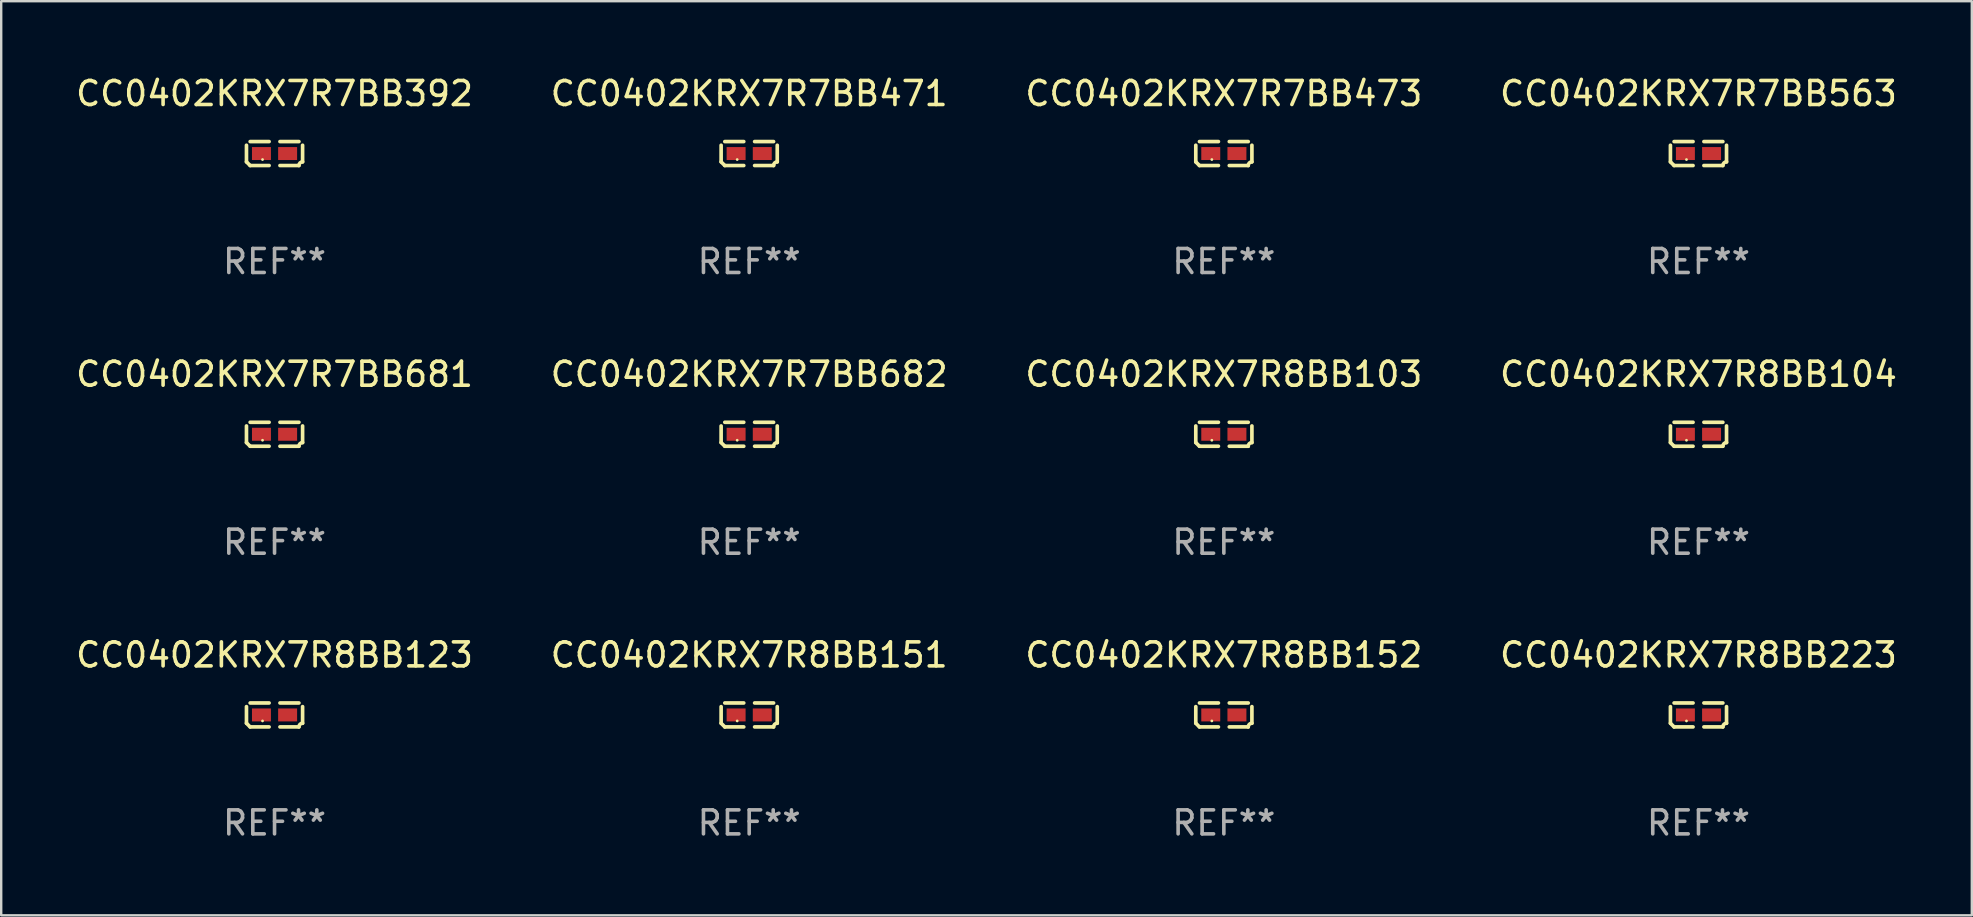
<source format=kicad_pcb>
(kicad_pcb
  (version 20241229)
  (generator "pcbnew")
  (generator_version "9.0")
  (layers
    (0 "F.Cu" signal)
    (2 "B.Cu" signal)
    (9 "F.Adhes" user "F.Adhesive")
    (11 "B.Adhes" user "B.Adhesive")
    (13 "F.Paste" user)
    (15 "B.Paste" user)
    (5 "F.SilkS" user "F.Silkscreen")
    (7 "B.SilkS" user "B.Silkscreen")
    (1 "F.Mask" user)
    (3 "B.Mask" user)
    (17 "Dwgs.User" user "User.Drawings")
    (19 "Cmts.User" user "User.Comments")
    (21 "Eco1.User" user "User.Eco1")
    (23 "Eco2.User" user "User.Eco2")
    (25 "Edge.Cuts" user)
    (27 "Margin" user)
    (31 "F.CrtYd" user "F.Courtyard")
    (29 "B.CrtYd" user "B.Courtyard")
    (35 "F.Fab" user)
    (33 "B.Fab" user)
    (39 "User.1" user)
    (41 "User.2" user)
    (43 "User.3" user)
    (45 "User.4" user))
  (footprint "CC0402KRX7R8BB104"
    (layer "F.Cu")
    (at 67.708 15.041)
    (property "Reference" "CC0402KRX7R8BB104" (at 0 -2.499 0) (layer "F.SilkS") (effects (font (size 1 1) (thickness 0.15))))
    (attr through_hole)
    (fp_line (start -1.169 0.346) (end -1.169 -0.346) (stroke (width 0.152) (type solid)) (layer "F.SilkS"))
    (fp_line (start -1.016 -0.499) (end -0.226 -0.499) (stroke (width 0.152) (type solid)) (layer "F.SilkS"))
    (fp_line (start -0.226 0.499) (end -1.016 0.499) (stroke (width 0.152) (type solid)) (layer "F.SilkS"))
    (fp_line (start 0.226 0.499) (end 1.016 0.499) (stroke (width 0.152) (type solid)) (layer "F.SilkS"))
    (fp_line (start 1.016 -0.499) (end 0.226 -0.499) (stroke (width 0.152) (type solid)) (layer "F.SilkS"))
    (fp_line (start 1.169 0.346) (end 1.169 -0.346) (stroke (width 0.152) (type solid)) (layer "F.SilkS"))
    (fp_arc (start -1.016307 0.498603) (mid -1.092512 0.422405) (end -1.16871 0.3462) (stroke (width 0.1524) (type solid)) (layer "F.SilkS"))
    (fp_arc (start 1.016307 0.498603) (mid 1.060899 0.390758) (end 1.168707 0.346076) (stroke (width 0.1524) (type solid)) (layer "F.SilkS"))
    (fp_circle (center -0.5 0.25) (end -0.47 0.25) (stroke (width 0.06) (type solid)) (fill no) (layer "F.SilkS"))
    (fp_text user "REF**" (at 0 4.499 0) (layer "F.Fab") (effects (font (size 1 1) (thickness 0.15))))
    (pad "1" smd rect (at -0.545 0) (size 0.79 0.54) (layers "F.Cu" "F.Mask" "F.Paste"))
    (pad "2" smd rect (at 0.545 0) (size 0.79 0.54) (layers "F.Cu" "F.Mask" "F.Paste")))
  (footprint "CC0402KRX7R8BB123"
    (layer "F.Cu")
    (at 8.387 26.734)
    (property "Reference" "CC0402KRX7R8BB123" (at 0 -2.499 0) (layer "F.SilkS") (effects (font (size 1 1) (thickness 0.15))))
    (attr through_hole)
    (fp_line (start -1.169 0.346) (end -1.169 -0.346) (stroke (width 0.152) (type solid)) (layer "F.SilkS"))
    (fp_line (start -1.016 -0.499) (end -0.226 -0.499) (stroke (width 0.152) (type solid)) (layer "F.SilkS"))
    (fp_line (start -0.226 0.499) (end -1.016 0.499) (stroke (width 0.152) (type solid)) (layer "F.SilkS"))
    (fp_line (start 0.226 0.499) (end 1.016 0.499) (stroke (width 0.152) (type solid)) (layer "F.SilkS"))
    (fp_line (start 1.016 -0.499) (end 0.226 -0.499) (stroke (width 0.152) (type solid)) (layer "F.SilkS"))
    (fp_line (start 1.169 0.346) (end 1.169 -0.346) (stroke (width 0.152) (type solid)) (layer "F.SilkS"))
    (fp_arc (start -1.016307 0.498603) (mid -1.092512 0.422405) (end -1.16871 0.3462) (stroke (width 0.1524) (type solid)) (layer "F.SilkS"))
    (fp_arc (start 1.016307 0.498603) (mid 1.060899 0.390758) (end 1.168707 0.346076) (stroke (width 0.1524) (type solid)) (layer "F.SilkS"))
    (fp_circle (center -0.5 0.25) (end -0.47 0.25) (stroke (width 0.06) (type solid)) (fill no) (layer "F.SilkS"))
    (fp_text user "REF**" (at 0 4.499 0) (layer "F.Fab") (effects (font (size 1 1) (thickness 0.15))))
    (pad "1" smd rect (at -0.545 0) (size 0.79 0.54) (layers "F.Cu" "F.Mask" "F.Paste"))
    (pad "2" smd rect (at 0.545 0) (size 0.79 0.54) (layers "F.Cu" "F.Mask" "F.Paste")))
  (footprint "CC0402KRX7R7BB682"
    (layer "F.Cu")
    (at 28.161 15.041)
    (property "Reference" "CC0402KRX7R7BB682" (at 0 -2.499 0) (layer "F.SilkS") (effects (font (size 1 1) (thickness 0.15))))
    (attr through_hole)
    (fp_line (start -1.169 0.346) (end -1.169 -0.346) (stroke (width 0.152) (type solid)) (layer "F.SilkS"))
    (fp_line (start -1.016 -0.499) (end -0.226 -0.499) (stroke (width 0.152) (type solid)) (layer "F.SilkS"))
    (fp_line (start -0.226 0.499) (end -1.016 0.499) (stroke (width 0.152) (type solid)) (layer "F.SilkS"))
    (fp_line (start 0.226 0.499) (end 1.016 0.499) (stroke (width 0.152) (type solid)) (layer "F.SilkS"))
    (fp_line (start 1.016 -0.499) (end 0.226 -0.499) (stroke (width 0.152) (type solid)) (layer "F.SilkS"))
    (fp_line (start 1.169 0.346) (end 1.169 -0.346) (stroke (width 0.152) (type solid)) (layer "F.SilkS"))
    (fp_arc (start -1.016307 0.498603) (mid -1.092512 0.422405) (end -1.16871 0.3462) (stroke (width 0.1524) (type solid)) (layer "F.SilkS"))
    (fp_arc (start 1.016307 0.498603) (mid 1.060899 0.390758) (end 1.168707 0.346076) (stroke (width 0.1524) (type solid)) (layer "F.SilkS"))
    (fp_circle (center -0.5 0.25) (end -0.47 0.25) (stroke (width 0.06) (type solid)) (fill no) (layer "F.SilkS"))
    (fp_text user "REF**" (at 0 4.499 0) (layer "F.Fab") (effects (font (size 1 1) (thickness 0.15))))
    (pad "1" smd rect (at -0.545 0) (size 0.79 0.54) (layers "F.Cu" "F.Mask" "F.Paste"))
    (pad "2" smd rect (at 0.545 0) (size 0.79 0.54) (layers "F.Cu" "F.Mask" "F.Paste")))
  (footprint "CC0402KRX7R7BB473"
    (layer "F.Cu")
    (at 47.935 3.347)
    (property "Reference" "CC0402KRX7R7BB473" (at 0 -2.499 0) (layer "F.SilkS") (effects (font (size 1 1) (thickness 0.15))))
    (attr through_hole)
    (fp_line (start -1.169 0.346) (end -1.169 -0.346) (stroke (width 0.152) (type solid)) (layer "F.SilkS"))
    (fp_line (start -1.016 -0.499) (end -0.226 -0.499) (stroke (width 0.152) (type solid)) (layer "F.SilkS"))
    (fp_line (start -0.226 0.499) (end -1.016 0.499) (stroke (width 0.152) (type solid)) (layer "F.SilkS"))
    (fp_line (start 0.226 0.499) (end 1.016 0.499) (stroke (width 0.152) (type solid)) (layer "F.SilkS"))
    (fp_line (start 1.016 -0.499) (end 0.226 -0.499) (stroke (width 0.152) (type solid)) (layer "F.SilkS"))
    (fp_line (start 1.169 0.346) (end 1.169 -0.346) (stroke (width 0.152) (type solid)) (layer "F.SilkS"))
    (fp_arc (start -1.016307 0.498603) (mid -1.092512 0.422405) (end -1.16871 0.3462) (stroke (width 0.1524) (type solid)) (layer "F.SilkS"))
    (fp_arc (start 1.016307 0.498603) (mid 1.060899 0.390758) (end 1.168707 0.346076) (stroke (width 0.1524) (type solid)) (layer "F.SilkS"))
    (fp_circle (center -0.5 0.25) (end -0.47 0.25) (stroke (width 0.06) (type solid)) (fill no) (layer "F.SilkS"))
    (fp_text user "REF**" (at 0 4.499 0) (layer "F.Fab") (effects (font (size 1 1) (thickness 0.15))))
    (pad "1" smd rect (at -0.545 0) (size 0.79 0.54) (layers "F.Cu" "F.Mask" "F.Paste"))
    (pad "2" smd rect (at 0.545 0) (size 0.79 0.54) (layers "F.Cu" "F.Mask" "F.Paste")))
  (footprint "CC0402KRX7R8BB151"
    (layer "F.Cu")
    (at 28.161 26.734)
    (property "Reference" "CC0402KRX7R8BB151" (at 0 -2.499 0) (layer "F.SilkS") (effects (font (size 1 1) (thickness 0.15))))
    (attr through_hole)
    (fp_line (start -1.169 0.346) (end -1.169 -0.346) (stroke (width 0.152) (type solid)) (layer "F.SilkS"))
    (fp_line (start -1.016 -0.499) (end -0.226 -0.499) (stroke (width 0.152) (type solid)) (layer "F.SilkS"))
    (fp_line (start -0.226 0.499) (end -1.016 0.499) (stroke (width 0.152) (type solid)) (layer "F.SilkS"))
    (fp_line (start 0.226 0.499) (end 1.016 0.499) (stroke (width 0.152) (type solid)) (layer "F.SilkS"))
    (fp_line (start 1.016 -0.499) (end 0.226 -0.499) (stroke (width 0.152) (type solid)) (layer "F.SilkS"))
    (fp_line (start 1.169 0.346) (end 1.169 -0.346) (stroke (width 0.152) (type solid)) (layer "F.SilkS"))
    (fp_arc (start -1.016307 0.498603) (mid -1.092512 0.422405) (end -1.16871 0.3462) (stroke (width 0.1524) (type solid)) (layer "F.SilkS"))
    (fp_arc (start 1.016307 0.498603) (mid 1.060899 0.390758) (end 1.168707 0.346076) (stroke (width 0.1524) (type solid)) (layer "F.SilkS"))
    (fp_circle (center -0.5 0.25) (end -0.47 0.25) (stroke (width 0.06) (type solid)) (fill no) (layer "F.SilkS"))
    (fp_text user "REF**" (at 0 4.499 0) (layer "F.Fab") (effects (font (size 1 1) (thickness 0.15))))
    (pad "1" smd rect (at -0.545 0) (size 0.79 0.54) (layers "F.Cu" "F.Mask" "F.Paste"))
    (pad "2" smd rect (at 0.545 0) (size 0.79 0.54) (layers "F.Cu" "F.Mask" "F.Paste")))
  (footprint "CC0402KRX7R7BB392"
    (layer "F.Cu")
    (at 8.387 3.347)
    (property "Reference" "CC0402KRX7R7BB392" (at 0 -2.499 0) (layer "F.SilkS") (effects (font (size 1 1) (thickness 0.15))))
    (attr through_hole)
    (fp_line (start -1.169 0.346) (end -1.169 -0.346) (stroke (width 0.152) (type solid)) (layer "F.SilkS"))
    (fp_line (start -1.016 -0.499) (end -0.226 -0.499) (stroke (width 0.152) (type solid)) (layer "F.SilkS"))
    (fp_line (start -0.226 0.499) (end -1.016 0.499) (stroke (width 0.152) (type solid)) (layer "F.SilkS"))
    (fp_line (start 0.226 0.499) (end 1.016 0.499) (stroke (width 0.152) (type solid)) (layer "F.SilkS"))
    (fp_line (start 1.016 -0.499) (end 0.226 -0.499) (stroke (width 0.152) (type solid)) (layer "F.SilkS"))
    (fp_line (start 1.169 0.346) (end 1.169 -0.346) (stroke (width 0.152) (type solid)) (layer "F.SilkS"))
    (fp_arc (start -1.016307 0.498603) (mid -1.092512 0.422405) (end -1.16871 0.3462) (stroke (width 0.1524) (type solid)) (layer "F.SilkS"))
    (fp_arc (start 1.016307 0.498603) (mid 1.060899 0.390758) (end 1.168707 0.346076) (stroke (width 0.1524) (type solid)) (layer "F.SilkS"))
    (fp_circle (center -0.5 0.25) (end -0.47 0.25) (stroke (width 0.06) (type solid)) (fill no) (layer "F.SilkS"))
    (fp_text user "REF**" (at 0 4.499 0) (layer "F.Fab") (effects (font (size 1 1) (thickness 0.15))))
    (pad "1" smd rect (at -0.545 0) (size 0.79 0.54) (layers "F.Cu" "F.Mask" "F.Paste"))
    (pad "2" smd rect (at 0.545 0) (size 0.79 0.54) (layers "F.Cu" "F.Mask" "F.Paste")))
  (footprint "CC0402KRX7R8BB152"
    (layer "F.Cu")
    (at 47.935 26.734)
    (property "Reference" "CC0402KRX7R8BB152" (at 0 -2.499 0) (layer "F.SilkS") (effects (font (size 1 1) (thickness 0.15))))
    (attr through_hole)
    (fp_line (start -1.169 0.346) (end -1.169 -0.346) (stroke (width 0.152) (type solid)) (layer "F.SilkS"))
    (fp_line (start -1.016 -0.499) (end -0.226 -0.499) (stroke (width 0.152) (type solid)) (layer "F.SilkS"))
    (fp_line (start -0.226 0.499) (end -1.016 0.499) (stroke (width 0.152) (type solid)) (layer "F.SilkS"))
    (fp_line (start 0.226 0.499) (end 1.016 0.499) (stroke (width 0.152) (type solid)) (layer "F.SilkS"))
    (fp_line (start 1.016 -0.499) (end 0.226 -0.499) (stroke (width 0.152) (type solid)) (layer "F.SilkS"))
    (fp_line (start 1.169 0.346) (end 1.169 -0.346) (stroke (width 0.152) (type solid)) (layer "F.SilkS"))
    (fp_arc (start -1.016307 0.498603) (mid -1.092512 0.422405) (end -1.16871 0.3462) (stroke (width 0.1524) (type solid)) (layer "F.SilkS"))
    (fp_arc (start 1.016307 0.498603) (mid 1.060899 0.390758) (end 1.168707 0.346076) (stroke (width 0.1524) (type solid)) (layer "F.SilkS"))
    (fp_circle (center -0.5 0.25) (end -0.47 0.25) (stroke (width 0.06) (type solid)) (fill no) (layer "F.SilkS"))
    (fp_text user "REF**" (at 0 4.499 0) (layer "F.Fab") (effects (font (size 1 1) (thickness 0.15))))
    (pad "1" smd rect (at -0.545 0) (size 0.79 0.54) (layers "F.Cu" "F.Mask" "F.Paste"))
    (pad "2" smd rect (at 0.545 0) (size 0.79 0.54) (layers "F.Cu" "F.Mask" "F.Paste")))
  (footprint "CC0402KRX7R7BB681"
    (layer "F.Cu")
    (at 8.387 15.041)
    (property "Reference" "CC0402KRX7R7BB681" (at 0 -2.499 0) (layer "F.SilkS") (effects (font (size 1 1) (thickness 0.15))))
    (attr through_hole)
    (fp_line (start -1.169 0.346) (end -1.169 -0.346) (stroke (width 0.152) (type solid)) (layer "F.SilkS"))
    (fp_line (start -1.016 -0.499) (end -0.226 -0.499) (stroke (width 0.152) (type solid)) (layer "F.SilkS"))
    (fp_line (start -0.226 0.499) (end -1.016 0.499) (stroke (width 0.152) (type solid)) (layer "F.SilkS"))
    (fp_line (start 0.226 0.499) (end 1.016 0.499) (stroke (width 0.152) (type solid)) (layer "F.SilkS"))
    (fp_line (start 1.016 -0.499) (end 0.226 -0.499) (stroke (width 0.152) (type solid)) (layer "F.SilkS"))
    (fp_line (start 1.169 0.346) (end 1.169 -0.346) (stroke (width 0.152) (type solid)) (layer "F.SilkS"))
    (fp_arc (start -1.016307 0.498603) (mid -1.092512 0.422405) (end -1.16871 0.3462) (stroke (width 0.1524) (type solid)) (layer "F.SilkS"))
    (fp_arc (start 1.016307 0.498603) (mid 1.060899 0.390758) (end 1.168707 0.346076) (stroke (width 0.1524) (type solid)) (layer "F.SilkS"))
    (fp_circle (center -0.5 0.25) (end -0.47 0.25) (stroke (width 0.06) (type solid)) (fill no) (layer "F.SilkS"))
    (fp_text user "REF**" (at 0 4.499 0) (layer "F.Fab") (effects (font (size 1 1) (thickness 0.15))))
    (pad "1" smd rect (at -0.545 0) (size 0.79 0.54) (layers "F.Cu" "F.Mask" "F.Paste"))
    (pad "2" smd rect (at 0.545 0) (size 0.79 0.54) (layers "F.Cu" "F.Mask" "F.Paste")))
  (footprint "CC0402KRX7R7BB471"
    (layer "F.Cu")
    (at 28.161 3.347)
    (property "Reference" "CC0402KRX7R7BB471" (at 0 -2.499 0) (layer "F.SilkS") (effects (font (size 1 1) (thickness 0.15))))
    (attr through_hole)
    (fp_line (start -1.169 0.346) (end -1.169 -0.346) (stroke (width 0.152) (type solid)) (layer "F.SilkS"))
    (fp_line (start -1.016 -0.499) (end -0.226 -0.499) (stroke (width 0.152) (type solid)) (layer "F.SilkS"))
    (fp_line (start -0.226 0.499) (end -1.016 0.499) (stroke (width 0.152) (type solid)) (layer "F.SilkS"))
    (fp_line (start 0.226 0.499) (end 1.016 0.499) (stroke (width 0.152) (type solid)) (layer "F.SilkS"))
    (fp_line (start 1.016 -0.499) (end 0.226 -0.499) (stroke (width 0.152) (type solid)) (layer "F.SilkS"))
    (fp_line (start 1.169 0.346) (end 1.169 -0.346) (stroke (width 0.152) (type solid)) (layer "F.SilkS"))
    (fp_arc (start -1.016307 0.498603) (mid -1.092512 0.422405) (end -1.16871 0.3462) (stroke (width 0.1524) (type solid)) (layer "F.SilkS"))
    (fp_arc (start 1.016307 0.498603) (mid 1.060899 0.390758) (end 1.168707 0.346076) (stroke (width 0.1524) (type solid)) (layer "F.SilkS"))
    (fp_circle (center -0.5 0.25) (end -0.47 0.25) (stroke (width 0.06) (type solid)) (fill no) (layer "F.SilkS"))
    (fp_text user "REF**" (at 0 4.499 0) (layer "F.Fab") (effects (font (size 1 1) (thickness 0.15))))
    (pad "1" smd rect (at -0.545 0) (size 0.79 0.54) (layers "F.Cu" "F.Mask" "F.Paste"))
    (pad "2" smd rect (at 0.545 0) (size 0.79 0.54) (layers "F.Cu" "F.Mask" "F.Paste")))
  (footprint "CC0402KRX7R7BB563"
    (layer "F.Cu")
    (at 67.708 3.347)
    (property "Reference" "CC0402KRX7R7BB563" (at 0 -2.499 0) (layer "F.SilkS") (effects (font (size 1 1) (thickness 0.15))))
    (attr through_hole)
    (fp_line (start -1.169 0.346) (end -1.169 -0.346) (stroke (width 0.152) (type solid)) (layer "F.SilkS"))
    (fp_line (start -1.016 -0.499) (end -0.226 -0.499) (stroke (width 0.152) (type solid)) (layer "F.SilkS"))
    (fp_line (start -0.226 0.499) (end -1.016 0.499) (stroke (width 0.152) (type solid)) (layer "F.SilkS"))
    (fp_line (start 0.226 0.499) (end 1.016 0.499) (stroke (width 0.152) (type solid)) (layer "F.SilkS"))
    (fp_line (start 1.016 -0.499) (end 0.226 -0.499) (stroke (width 0.152) (type solid)) (layer "F.SilkS"))
    (fp_line (start 1.169 0.346) (end 1.169 -0.346) (stroke (width 0.152) (type solid)) (layer "F.SilkS"))
    (fp_arc (start -1.016307 0.498603) (mid -1.092512 0.422405) (end -1.16871 0.3462) (stroke (width 0.1524) (type solid)) (layer "F.SilkS"))
    (fp_arc (start 1.016307 0.498603) (mid 1.060899 0.390758) (end 1.168707 0.346076) (stroke (width 0.1524) (type solid)) (layer "F.SilkS"))
    (fp_circle (center -0.5 0.25) (end -0.47 0.25) (stroke (width 0.06) (type solid)) (fill no) (layer "F.SilkS"))
    (fp_text user "REF**" (at 0 4.499 0) (layer "F.Fab") (effects (font (size 1 1) (thickness 0.15))))
    (pad "1" smd rect (at -0.545 0) (size 0.79 0.54) (layers "F.Cu" "F.Mask" "F.Paste"))
    (pad "2" smd rect (at 0.545 0) (size 0.79 0.54) (layers "F.Cu" "F.Mask" "F.Paste")))
  (footprint "CC0402KRX7R8BB103"
    (layer "F.Cu")
    (at 47.935 15.041)
    (property "Reference" "CC0402KRX7R8BB103" (at 0 -2.499 0) (layer "F.SilkS") (effects (font (size 1 1) (thickness 0.15))))
    (attr through_hole)
    (fp_line (start -1.169 0.346) (end -1.169 -0.346) (stroke (width 0.152) (type solid)) (layer "F.SilkS"))
    (fp_line (start -1.016 -0.499) (end -0.226 -0.499) (stroke (width 0.152) (type solid)) (layer "F.SilkS"))
    (fp_line (start -0.226 0.499) (end -1.016 0.499) (stroke (width 0.152) (type solid)) (layer "F.SilkS"))
    (fp_line (start 0.226 0.499) (end 1.016 0.499) (stroke (width 0.152) (type solid)) (layer "F.SilkS"))
    (fp_line (start 1.016 -0.499) (end 0.226 -0.499) (stroke (width 0.152) (type solid)) (layer "F.SilkS"))
    (fp_line (start 1.169 0.346) (end 1.169 -0.346) (stroke (width 0.152) (type solid)) (layer "F.SilkS"))
    (fp_arc (start -1.016307 0.498603) (mid -1.092512 0.422405) (end -1.16871 0.3462) (stroke (width 0.1524) (type solid)) (layer "F.SilkS"))
    (fp_arc (start 1.016307 0.498603) (mid 1.060899 0.390758) (end 1.168707 0.346076) (stroke (width 0.1524) (type solid)) (layer "F.SilkS"))
    (fp_circle (center -0.5 0.25) (end -0.47 0.25) (stroke (width 0.06) (type solid)) (fill no) (layer "F.SilkS"))
    (fp_text user "REF**" (at 0 4.499 0) (layer "F.Fab") (effects (font (size 1 1) (thickness 0.15))))
    (pad "1" smd rect (at -0.545 0) (size 0.79 0.54) (layers "F.Cu" "F.Mask" "F.Paste"))
    (pad "2" smd rect (at 0.545 0) (size 0.79 0.54) (layers "F.Cu" "F.Mask" "F.Paste")))
  (footprint "CC0402KRX7R8BB223"
    (layer "F.Cu")
    (at 67.708 26.734)
    (property "Reference" "CC0402KRX7R8BB223" (at 0 -2.499 0) (layer "F.SilkS") (effects (font (size 1 1) (thickness 0.15))))
    (attr through_hole)
    (fp_line (start -1.169 0.346) (end -1.169 -0.346) (stroke (width 0.152) (type solid)) (layer "F.SilkS"))
    (fp_line (start -1.016 -0.499) (end -0.226 -0.499) (stroke (width 0.152) (type solid)) (layer "F.SilkS"))
    (fp_line (start -0.226 0.499) (end -1.016 0.499) (stroke (width 0.152) (type solid)) (layer "F.SilkS"))
    (fp_line (start 0.226 0.499) (end 1.016 0.499) (stroke (width 0.152) (type solid)) (layer "F.SilkS"))
    (fp_line (start 1.016 -0.499) (end 0.226 -0.499) (stroke (width 0.152) (type solid)) (layer "F.SilkS"))
    (fp_line (start 1.169 0.346) (end 1.169 -0.346) (stroke (width 0.152) (type solid)) (layer "F.SilkS"))
    (fp_arc (start -1.016307 0.498603) (mid -1.092512 0.422405) (end -1.16871 0.3462) (stroke (width 0.1524) (type solid)) (layer "F.SilkS"))
    (fp_arc (start 1.016307 0.498603) (mid 1.060899 0.390758) (end 1.168707 0.346076) (stroke (width 0.1524) (type solid)) (layer "F.SilkS"))
    (fp_circle (center -0.5 0.25) (end -0.47 0.25) (stroke (width 0.06) (type solid)) (fill no) (layer "F.SilkS"))
    (fp_text user "REF**" (at 0 4.499 0) (layer "F.Fab") (effects (font (size 1 1) (thickness 0.15))))
    (pad "1" smd rect (at -0.545 0) (size 0.79 0.54) (layers "F.Cu" "F.Mask" "F.Paste"))
    (pad "2" smd rect (at 0.545 0) (size 0.79 0.54) (layers "F.Cu" "F.Mask" "F.Paste")))
  (gr_rect
    (start -3 -3)
    (end 79.095 35.081)
    (stroke (width 0.1) (type default))
    (fill no)
    (layer "Edge.Cuts")))
</source>
